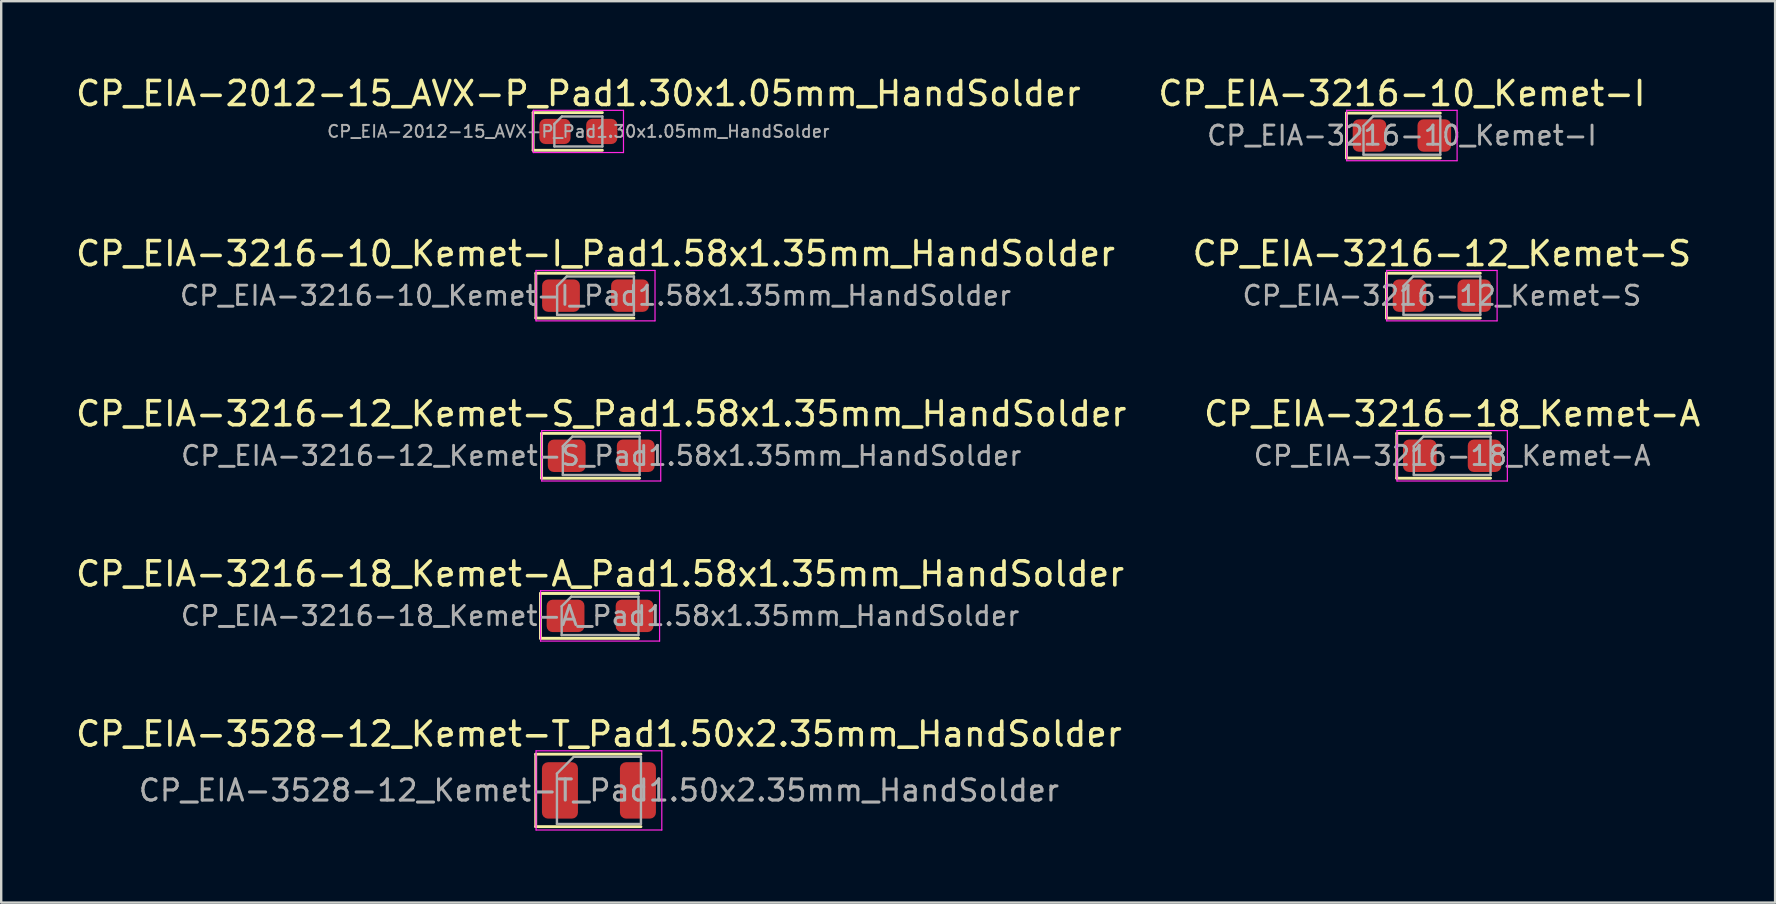
<source format=kicad_pcb>
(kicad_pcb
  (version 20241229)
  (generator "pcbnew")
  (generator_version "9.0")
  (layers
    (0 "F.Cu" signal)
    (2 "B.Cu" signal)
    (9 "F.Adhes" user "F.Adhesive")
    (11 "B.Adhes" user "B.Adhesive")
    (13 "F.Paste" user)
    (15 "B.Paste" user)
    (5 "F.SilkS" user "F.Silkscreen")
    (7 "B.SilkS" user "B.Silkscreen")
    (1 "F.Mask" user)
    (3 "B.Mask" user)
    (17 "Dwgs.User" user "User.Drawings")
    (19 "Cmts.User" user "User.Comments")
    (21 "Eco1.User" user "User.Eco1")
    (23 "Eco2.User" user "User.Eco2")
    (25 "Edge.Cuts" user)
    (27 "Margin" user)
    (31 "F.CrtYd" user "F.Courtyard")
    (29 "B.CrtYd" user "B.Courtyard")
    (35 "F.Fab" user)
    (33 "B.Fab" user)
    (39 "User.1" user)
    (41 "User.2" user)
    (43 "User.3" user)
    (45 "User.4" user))
  (footprint "CP_EIA-3216-18_Kemet-A_Pad1.58x1.35mm_HandSolder"
    (layer "F.Cu")
    (at 21.958 22.618)
    (property "Reference" "CP_EIA-3216-18_Kemet-A_Pad1.58x1.35mm_HandSolder" (at 0 -1.75 0) (layer "F.SilkS") (effects (font (size 1 1) (thickness 0.15))))
    (attr smd)
    (fp_line (start -2.485 -0.935) (end -2.485 0.935) (stroke (width 0.12) (type solid)) (layer "F.SilkS"))
    (fp_line (start -2.485 0.935) (end 1.6 0.935) (stroke (width 0.12) (type solid)) (layer "F.SilkS"))
    (fp_line (start 1.6 -0.935) (end -2.485 -0.935) (stroke (width 0.12) (type solid)) (layer "F.SilkS"))
    (fp_line (start -2.48 -1.05) (end 2.48 -1.05) (stroke (width 0.05) (type solid)) (layer "F.CrtYd"))
    (fp_line (start -2.48 1.05) (end -2.48 -1.05) (stroke (width 0.05) (type solid)) (layer "F.CrtYd"))
    (fp_line (start 2.48 -1.05) (end 2.48 1.05) (stroke (width 0.05) (type solid)) (layer "F.CrtYd"))
    (fp_line (start 2.48 1.05) (end -2.48 1.05) (stroke (width 0.05) (type solid)) (layer "F.CrtYd"))
    (fp_line (start -1.6 -0.4) (end -1.6 0.8) (stroke (width 0.1) (type solid)) (layer "F.Fab"))
    (fp_line (start -1.6 0.8) (end 1.6 0.8) (stroke (width 0.1) (type solid)) (layer "F.Fab"))
    (fp_line (start -1.2 -0.8) (end -1.6 -0.4) (stroke (width 0.1) (type solid)) (layer "F.Fab"))
    (fp_line (start 1.6 -0.8) (end -1.2 -0.8) (stroke (width 0.1) (type solid)) (layer "F.Fab"))
    (fp_line (start 1.6 0.8) (end 1.6 -0.8) (stroke (width 0.1) (type solid)) (layer "F.Fab"))
    (fp_text user "${REFERENCE}" (at 0 0 0) (layer "F.Fab") (effects (font (size 0.8 0.8) (thickness 0.12))))
    (pad "1" smd roundrect (at -1.438 0) (size 1.575 1.35) (layers "F.Cu" "F.Mask" "F.Paste") (roundrect_rratio 0.185))
    (pad "2" smd roundrect (at 1.438 0) (size 1.575 1.35) (layers "F.Cu" "F.Mask" "F.Paste") (roundrect_rratio 0.185)))
  (footprint "CP_EIA-3528-12_Kemet-T_Pad1.50x2.35mm_HandSolder"
    (layer "F.Cu")
    (at 21.911 29.891)
    (property "Reference" "CP_EIA-3528-12_Kemet-T_Pad1.50x2.35mm_HandSolder" (at 0 -2.35 0) (layer "F.SilkS") (effects (font (size 1 1) (thickness 0.15))))
    (attr smd)
    (fp_line (start -2.635 -1.51) (end -2.635 1.51) (stroke (width 0.12) (type solid)) (layer "F.SilkS"))
    (fp_line (start -2.635 1.51) (end 1.75 1.51) (stroke (width 0.12) (type solid)) (layer "F.SilkS"))
    (fp_line (start 1.75 -1.51) (end -2.635 -1.51) (stroke (width 0.12) (type solid)) (layer "F.SilkS"))
    (fp_line (start -2.62 -1.65) (end 2.62 -1.65) (stroke (width 0.05) (type solid)) (layer "F.CrtYd"))
    (fp_line (start -2.62 1.65) (end -2.62 -1.65) (stroke (width 0.05) (type solid)) (layer "F.CrtYd"))
    (fp_line (start 2.62 -1.65) (end 2.62 1.65) (stroke (width 0.05) (type solid)) (layer "F.CrtYd"))
    (fp_line (start 2.62 1.65) (end -2.62 1.65) (stroke (width 0.05) (type solid)) (layer "F.CrtYd"))
    (fp_line (start -1.75 -0.7) (end -1.75 1.4) (stroke (width 0.1) (type solid)) (layer "F.Fab"))
    (fp_line (start -1.75 1.4) (end 1.75 1.4) (stroke (width 0.1) (type solid)) (layer "F.Fab"))
    (fp_line (start -1.05 -1.4) (end -1.75 -0.7) (stroke (width 0.1) (type solid)) (layer "F.Fab"))
    (fp_line (start 1.75 -1.4) (end -1.05 -1.4) (stroke (width 0.1) (type solid)) (layer "F.Fab"))
    (fp_line (start 1.75 1.4) (end 1.75 -1.4) (stroke (width 0.1) (type solid)) (layer "F.Fab"))
    (fp_text user "${REFERENCE}" (at 0 0 0) (layer "F.Fab") (effects (font (size 0.88 0.88) (thickness 0.13))))
    (pad "1" smd roundrect (at -1.625 0) (size 1.5 2.35) (layers "F.Cu" "F.Mask" "F.Paste") (roundrect_rratio 0.167))
    (pad "2" smd roundrect (at 1.625 0) (size 1.5 2.35) (layers "F.Cu" "F.Mask" "F.Paste") (roundrect_rratio 0.167)))
  (footprint "CP_EIA-3216-18_Kemet-A"
    (layer "F.Cu")
    (at 57.47 15.945)
    (property "Reference" "CP_EIA-3216-18_Kemet-A" (at 0 -1.75 0) (layer "F.SilkS") (effects (font (size 1 1) (thickness 0.15))))
    (attr smd)
    (fp_line (start -2.31 -0.935) (end -2.31 0.935) (stroke (width 0.12) (type solid)) (layer "F.SilkS"))
    (fp_line (start -2.31 0.935) (end 1.6 0.935) (stroke (width 0.12) (type solid)) (layer "F.SilkS"))
    (fp_line (start 1.6 -0.935) (end -2.31 -0.935) (stroke (width 0.12) (type solid)) (layer "F.SilkS"))
    (fp_line (start -2.3 -1.05) (end 2.3 -1.05) (stroke (width 0.05) (type solid)) (layer "F.CrtYd"))
    (fp_line (start -2.3 1.05) (end -2.3 -1.05) (stroke (width 0.05) (type solid)) (layer "F.CrtYd"))
    (fp_line (start 2.3 -1.05) (end 2.3 1.05) (stroke (width 0.05) (type solid)) (layer "F.CrtYd"))
    (fp_line (start 2.3 1.05) (end -2.3 1.05) (stroke (width 0.05) (type solid)) (layer "F.CrtYd"))
    (fp_line (start -1.6 -0.4) (end -1.6 0.8) (stroke (width 0.1) (type solid)) (layer "F.Fab"))
    (fp_line (start -1.6 0.8) (end 1.6 0.8) (stroke (width 0.1) (type solid)) (layer "F.Fab"))
    (fp_line (start -1.2 -0.8) (end -1.6 -0.4) (stroke (width 0.1) (type solid)) (layer "F.Fab"))
    (fp_line (start 1.6 -0.8) (end -1.2 -0.8) (stroke (width 0.1) (type solid)) (layer "F.Fab"))
    (fp_line (start 1.6 0.8) (end 1.6 -0.8) (stroke (width 0.1) (type solid)) (layer "F.Fab"))
    (fp_text user "${REFERENCE}" (at 0 0 0) (layer "F.Fab") (effects (font (size 0.8 0.8) (thickness 0.12))))
    (pad "1" smd roundrect (at -1.35 0) (size 1.4 1.35) (layers "F.Cu" "F.Mask" "F.Paste") (roundrect_rratio 0.185))
    (pad "2" smd roundrect (at 1.35 0) (size 1.4 1.35) (layers "F.Cu" "F.Mask" "F.Paste") (roundrect_rratio 0.185)))
  (footprint "CP_EIA-2012-15_AVX-P_Pad1.30x1.05mm_HandSolder"
    (layer "F.Cu")
    (at 21.054 2.428)
    (property "Reference" "CP_EIA-2012-15_AVX-P_Pad1.30x1.05mm_HandSolder" (at 0 -1.58 0) (layer "F.SilkS") (effects (font (size 1 1) (thickness 0.15))))
    (attr smd)
    (fp_line (start -1.885 -0.785) (end -1.885 0.785) (stroke (width 0.12) (type solid)) (layer "F.SilkS"))
    (fp_line (start -1.885 0.785) (end 1 0.785) (stroke (width 0.12) (type solid)) (layer "F.SilkS"))
    (fp_line (start 1 -0.785) (end -1.885 -0.785) (stroke (width 0.12) (type solid)) (layer "F.SilkS"))
    (fp_line (start -1.88 -0.88) (end 1.88 -0.88) (stroke (width 0.05) (type solid)) (layer "F.CrtYd"))
    (fp_line (start -1.88 0.88) (end -1.88 -0.88) (stroke (width 0.05) (type solid)) (layer "F.CrtYd"))
    (fp_line (start 1.88 -0.88) (end 1.88 0.88) (stroke (width 0.05) (type solid)) (layer "F.CrtYd"))
    (fp_line (start 1.88 0.88) (end -1.88 0.88) (stroke (width 0.05) (type solid)) (layer "F.CrtYd"))
    (fp_line (start -1 -0.312) (end -1 0.625) (stroke (width 0.1) (type solid)) (layer "F.Fab"))
    (fp_line (start -1 0.625) (end 1 0.625) (stroke (width 0.1) (type solid)) (layer "F.Fab"))
    (fp_line (start -0.688 -0.625) (end -1 -0.312) (stroke (width 0.1) (type solid)) (layer "F.Fab"))
    (fp_line (start 1 -0.625) (end -0.688 -0.625) (stroke (width 0.1) (type solid)) (layer "F.Fab"))
    (fp_line (start 1 0.625) (end 1 -0.625) (stroke (width 0.1) (type solid)) (layer "F.Fab"))
    (fp_text user "${REFERENCE}" (at 0 0 0) (layer "F.Fab") (effects (font (size 0.5 0.5) (thickness 0.08))))
    (pad "1" smd roundrect (at -0.975 0) (size 1.3 1.05) (layers "F.Cu" "F.Mask" "F.Paste") (roundrect_rratio 0.238))
    (pad "2" smd roundrect (at 0.975 0) (size 1.3 1.05) (layers "F.Cu" "F.Mask" "F.Paste") (roundrect_rratio 0.238)))
  (footprint "CP_EIA-3216-10_Kemet-I"
    (layer "F.Cu")
    (at 55.375 2.598)
    (property "Reference" "CP_EIA-3216-10_Kemet-I" (at 0 -1.75 0) (layer "F.SilkS") (effects (font (size 1 1) (thickness 0.15))))
    (attr smd)
    (fp_line (start -2.31 -0.935) (end -2.31 0.935) (stroke (width 0.12) (type solid)) (layer "F.SilkS"))
    (fp_line (start -2.31 0.935) (end 1.6 0.935) (stroke (width 0.12) (type solid)) (layer "F.SilkS"))
    (fp_line (start 1.6 -0.935) (end -2.31 -0.935) (stroke (width 0.12) (type solid)) (layer "F.SilkS"))
    (fp_line (start -2.3 -1.05) (end 2.3 -1.05) (stroke (width 0.05) (type solid)) (layer "F.CrtYd"))
    (fp_line (start -2.3 1.05) (end -2.3 -1.05) (stroke (width 0.05) (type solid)) (layer "F.CrtYd"))
    (fp_line (start 2.3 -1.05) (end 2.3 1.05) (stroke (width 0.05) (type solid)) (layer "F.CrtYd"))
    (fp_line (start 2.3 1.05) (end -2.3 1.05) (stroke (width 0.05) (type solid)) (layer "F.CrtYd"))
    (fp_line (start -1.6 -0.4) (end -1.6 0.8) (stroke (width 0.1) (type solid)) (layer "F.Fab"))
    (fp_line (start -1.6 0.8) (end 1.6 0.8) (stroke (width 0.1) (type solid)) (layer "F.Fab"))
    (fp_line (start -1.2 -0.8) (end -1.6 -0.4) (stroke (width 0.1) (type solid)) (layer "F.Fab"))
    (fp_line (start 1.6 -0.8) (end -1.2 -0.8) (stroke (width 0.1) (type solid)) (layer "F.Fab"))
    (fp_line (start 1.6 0.8) (end 1.6 -0.8) (stroke (width 0.1) (type solid)) (layer "F.Fab"))
    (fp_text user "${REFERENCE}" (at 0 0 0) (layer "F.Fab") (effects (font (size 0.8 0.8) (thickness 0.12))))
    (pad "1" smd roundrect (at -1.35 0) (size 1.4 1.35) (layers "F.Cu" "F.Mask" "F.Paste") (roundrect_rratio 0.185))
    (pad "2" smd roundrect (at 1.35 0) (size 1.4 1.35) (layers "F.Cu" "F.Mask" "F.Paste") (roundrect_rratio 0.185)))
  (footprint "CP_EIA-3216-12_Kemet-S_Pad1.58x1.35mm_HandSolder"
    (layer "F.Cu")
    (at 22.006 15.945)
    (property "Reference" "CP_EIA-3216-12_Kemet-S_Pad1.58x1.35mm_HandSolder" (at 0 -1.75 0) (layer "F.SilkS") (effects (font (size 1 1) (thickness 0.15))))
    (attr smd)
    (fp_line (start -2.485 -0.935) (end -2.485 0.935) (stroke (width 0.12) (type solid)) (layer "F.SilkS"))
    (fp_line (start -2.485 0.935) (end 1.6 0.935) (stroke (width 0.12) (type solid)) (layer "F.SilkS"))
    (fp_line (start 1.6 -0.935) (end -2.485 -0.935) (stroke (width 0.12) (type solid)) (layer "F.SilkS"))
    (fp_line (start -2.48 -1.05) (end 2.48 -1.05) (stroke (width 0.05) (type solid)) (layer "F.CrtYd"))
    (fp_line (start -2.48 1.05) (end -2.48 -1.05) (stroke (width 0.05) (type solid)) (layer "F.CrtYd"))
    (fp_line (start 2.48 -1.05) (end 2.48 1.05) (stroke (width 0.05) (type solid)) (layer "F.CrtYd"))
    (fp_line (start 2.48 1.05) (end -2.48 1.05) (stroke (width 0.05) (type solid)) (layer "F.CrtYd"))
    (fp_line (start -1.6 -0.4) (end -1.6 0.8) (stroke (width 0.1) (type solid)) (layer "F.Fab"))
    (fp_line (start -1.6 0.8) (end 1.6 0.8) (stroke (width 0.1) (type solid)) (layer "F.Fab"))
    (fp_line (start -1.2 -0.8) (end -1.6 -0.4) (stroke (width 0.1) (type solid)) (layer "F.Fab"))
    (fp_line (start 1.6 -0.8) (end -1.2 -0.8) (stroke (width 0.1) (type solid)) (layer "F.Fab"))
    (fp_line (start 1.6 0.8) (end 1.6 -0.8) (stroke (width 0.1) (type solid)) (layer "F.Fab"))
    (fp_text user "${REFERENCE}" (at 0 0 0) (layer "F.Fab") (effects (font (size 0.8 0.8) (thickness 0.12))))
    (pad "1" smd roundrect (at -1.438 0) (size 1.575 1.35) (layers "F.Cu" "F.Mask" "F.Paste") (roundrect_rratio 0.185))
    (pad "2" smd roundrect (at 1.438 0) (size 1.575 1.35) (layers "F.Cu" "F.Mask" "F.Paste") (roundrect_rratio 0.185)))
  (footprint "CP_EIA-3216-12_Kemet-S"
    (layer "F.Cu")
    (at 57.042 9.271)
    (property "Reference" "CP_EIA-3216-12_Kemet-S" (at 0 -1.75 0) (layer "F.SilkS") (effects (font (size 1 1) (thickness 0.15))))
    (attr smd)
    (fp_line (start -2.31 -0.935) (end -2.31 0.935) (stroke (width 0.12) (type solid)) (layer "F.SilkS"))
    (fp_line (start -2.31 0.935) (end 1.6 0.935) (stroke (width 0.12) (type solid)) (layer "F.SilkS"))
    (fp_line (start 1.6 -0.935) (end -2.31 -0.935) (stroke (width 0.12) (type solid)) (layer "F.SilkS"))
    (fp_line (start -2.3 -1.05) (end 2.3 -1.05) (stroke (width 0.05) (type solid)) (layer "F.CrtYd"))
    (fp_line (start -2.3 1.05) (end -2.3 -1.05) (stroke (width 0.05) (type solid)) (layer "F.CrtYd"))
    (fp_line (start 2.3 -1.05) (end 2.3 1.05) (stroke (width 0.05) (type solid)) (layer "F.CrtYd"))
    (fp_line (start 2.3 1.05) (end -2.3 1.05) (stroke (width 0.05) (type solid)) (layer "F.CrtYd"))
    (fp_line (start -1.6 -0.4) (end -1.6 0.8) (stroke (width 0.1) (type solid)) (layer "F.Fab"))
    (fp_line (start -1.6 0.8) (end 1.6 0.8) (stroke (width 0.1) (type solid)) (layer "F.Fab"))
    (fp_line (start -1.2 -0.8) (end -1.6 -0.4) (stroke (width 0.1) (type solid)) (layer "F.Fab"))
    (fp_line (start 1.6 -0.8) (end -1.2 -0.8) (stroke (width 0.1) (type solid)) (layer "F.Fab"))
    (fp_line (start 1.6 0.8) (end 1.6 -0.8) (stroke (width 0.1) (type solid)) (layer "F.Fab"))
    (fp_text user "${REFERENCE}" (at 0 0 0) (layer "F.Fab") (effects (font (size 0.8 0.8) (thickness 0.12))))
    (pad "1" smd roundrect (at -1.35 0) (size 1.4 1.35) (layers "F.Cu" "F.Mask" "F.Paste") (roundrect_rratio 0.185))
    (pad "2" smd roundrect (at 1.35 0) (size 1.4 1.35) (layers "F.Cu" "F.Mask" "F.Paste") (roundrect_rratio 0.185)))
  (footprint "CP_EIA-3216-10_Kemet-I_Pad1.58x1.35mm_HandSolder"
    (layer "F.Cu")
    (at 21.768 9.271)
    (property "Reference" "CP_EIA-3216-10_Kemet-I_Pad1.58x1.35mm_HandSolder" (at 0 -1.75 0) (layer "F.SilkS") (effects (font (size 1 1) (thickness 0.15))))
    (attr smd)
    (fp_line (start -2.485 -0.935) (end -2.485 0.935) (stroke (width 0.12) (type solid)) (layer "F.SilkS"))
    (fp_line (start -2.485 0.935) (end 1.6 0.935) (stroke (width 0.12) (type solid)) (layer "F.SilkS"))
    (fp_line (start 1.6 -0.935) (end -2.485 -0.935) (stroke (width 0.12) (type solid)) (layer "F.SilkS"))
    (fp_line (start -2.48 -1.05) (end 2.48 -1.05) (stroke (width 0.05) (type solid)) (layer "F.CrtYd"))
    (fp_line (start -2.48 1.05) (end -2.48 -1.05) (stroke (width 0.05) (type solid)) (layer "F.CrtYd"))
    (fp_line (start 2.48 -1.05) (end 2.48 1.05) (stroke (width 0.05) (type solid)) (layer "F.CrtYd"))
    (fp_line (start 2.48 1.05) (end -2.48 1.05) (stroke (width 0.05) (type solid)) (layer "F.CrtYd"))
    (fp_line (start -1.6 -0.4) (end -1.6 0.8) (stroke (width 0.1) (type solid)) (layer "F.Fab"))
    (fp_line (start -1.6 0.8) (end 1.6 0.8) (stroke (width 0.1) (type solid)) (layer "F.Fab"))
    (fp_line (start -1.2 -0.8) (end -1.6 -0.4) (stroke (width 0.1) (type solid)) (layer "F.Fab"))
    (fp_line (start 1.6 -0.8) (end -1.2 -0.8) (stroke (width 0.1) (type solid)) (layer "F.Fab"))
    (fp_line (start 1.6 0.8) (end 1.6 -0.8) (stroke (width 0.1) (type solid)) (layer "F.Fab"))
    (fp_text user "${REFERENCE}" (at 0 0 0) (layer "F.Fab") (effects (font (size 0.8 0.8) (thickness 0.12))))
    (pad "1" smd roundrect (at -1.438 0) (size 1.575 1.35) (layers "F.Cu" "F.Mask" "F.Paste") (roundrect_rratio 0.185))
    (pad "2" smd roundrect (at 1.438 0) (size 1.575 1.35) (layers "F.Cu" "F.Mask" "F.Paste") (roundrect_rratio 0.185)))
  (gr_rect
    (start -3 -3)
    (end 70.929 34.566)
    (stroke (width 0.1) (type default))
    (fill no)
    (layer "Edge.Cuts")))
</source>
